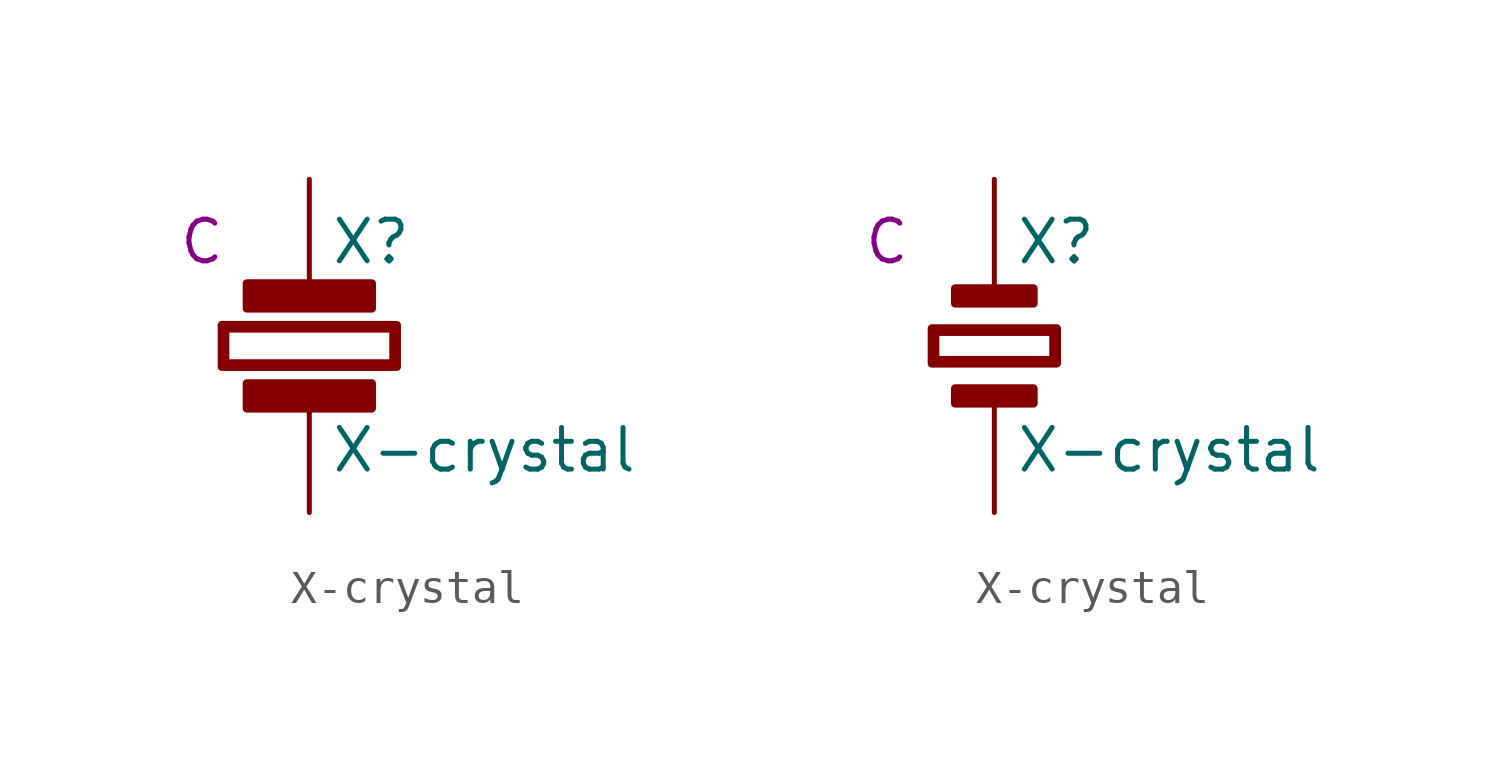
<source format=kicad_sym>
(kicad_symbol_lib
  (version 20211014)
  (generator kicad_symbol_editor)
  (symbol "X-crystal"
    (pin_numbers hide)
    (pin_names
      (offset 0) hide)
    (property "Reference" "X"
      (at 0.635 3.175 0)
      (effects (font (size 1.27 1.27)) (justify left)))
    (property "Value" "X-crystal"
      (at 0.635 -3.175 0)
      (effects (font (size 1.27 1.27)) (justify left)))
    (property "Spice_Model" "C"
      (at -2.54 3.175 0)
      (effects (font (size 1.27 1.27)) (justify right)))
    (symbol "X-crystal_1_1"
      (rectangle (start -1.905 -1.143) (end 1.905 -1.905) (stroke (width 0.254) (type default) (color 0 0 0 0)) (fill (type outline)))
      (rectangle (start -1.905 1.905) (end 1.905 1.143) (stroke (width 0.254) (type default) (color 0 0 0 0)) (fill (type outline)))
      (polyline (pts (xy -2.667 -0.635) (xy 2.667 -0.635) (xy 2.667 0.635) (xy -2.667 0.635) (xy -2.667 -0.635) (xy -2.565 -0.533) (xy -2.565 0.533) (xy 2.565 0.533) (xy 2.565 -0.533) (xy -2.565 -0.533) (xy -2.667 -0.635)) (stroke (width 0.254) (type default) (color 0 0 0 0)) (fill (type outline)))
      (pin passive line (at 0 5.08 270) (length 3.175) (name "+" (effects (font (size 1.27 1.27)))) (number "1" (effects (font (size 1.27 1.27)))))
      (pin passive line (at 0 -5.08 90) (length 3.175) (name "-" (effects (font (size 1.27 1.27)))) (number "2" (effects (font (size 1.27 1.27))))))
    (symbol "X-crystal_1_2"
      (rectangle (start -1.194 -1.295) (end 1.194 -1.753) (stroke (width 0.254) (type default) (color 0 0 0 0)) (fill (type outline)))
      (rectangle (start -1.194 1.753) (end 1.194 1.295) (stroke (width 0.254) (type default) (color 0 0 0 0)) (fill (type outline)))
      (polyline (pts (xy -1.905 -0.533) (xy 1.905 -0.533) (xy 1.905 0.533) (xy -1.905 0.533) (xy -1.905 -0.533) (xy -1.803 -0.432) (xy -1.803 0.432) (xy 1.803 0.432) (xy 1.803 -0.432) (xy -1.803 -0.432) (xy -1.905 -0.533)) (stroke (width 0.254) (type default) (color 0 0 0 0)) (fill (type outline)))
      (pin passive line (at 0 5.08 270) (length 3.327) (name "+" (effects (font (size 1.27 1.27)))) (number "1" (effects (font (size 1.27 1.27)))))
      (pin passive line (at 0 -5.08 90) (length 3.327) (name "-" (effects (font (size 1.27 1.27)))) (number "2" (effects (font (size 1.27 1.27))))))))
</source>
